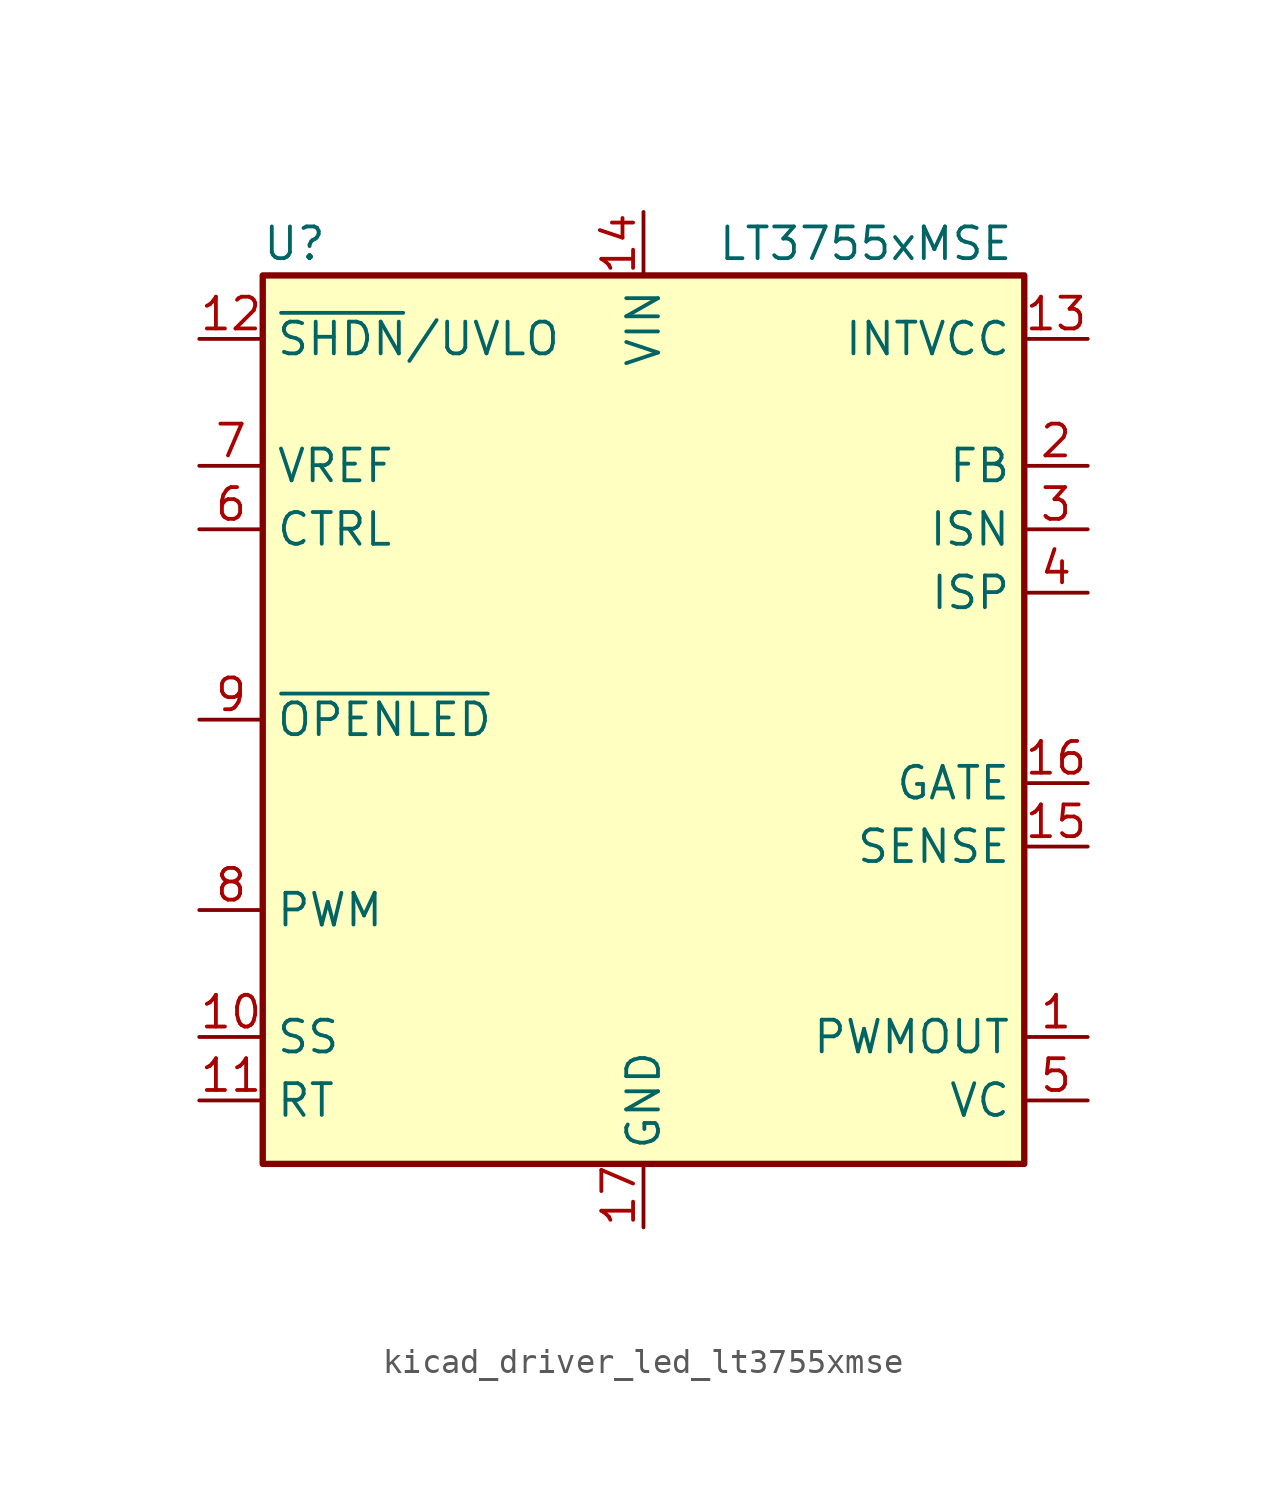
<source format=kicad_sym>
(kicad_symbol_lib
  (version 20220914)
  (generator kicad_symbol_editor)
  (symbol "kicad_driver_led_lt3755xmse"
    (property "Reference" "U"
      (at -13.97 19.05 0)
      (effects (font (size 1.27 1.27))))
    (property "Value" "LT3755xMSE"
      (at 8.89 19.05 0)
      (effects (font (size 1.27 1.27))))
    (symbol "kicad_driver_led_lt3755xmse_0_1"
      (rectangle (start -15.24 -17.78) (end 15.24 17.78) (stroke (width 0.254) (type default)) (fill (type background))))
    (symbol "kicad_driver_led_lt3755xmse_1_1"
      (pin output line (at 17.78 -12.7 180) (length 2.54) (name "PWMOUT" (effects (font (size 1.27 1.27)))) (number "1" (effects (font (size 1.27 1.27)))))
      (pin input line (at -17.78 -12.7 0) (length 2.54) (name "SS" (effects (font (size 1.27 1.27)))) (number "10" (effects (font (size 1.27 1.27)))))
      (pin input line (at -17.78 -15.24 0) (length 2.54) (name "RT" (effects (font (size 1.27 1.27)))) (number "11" (effects (font (size 1.27 1.27)))))
      (pin input line (at -17.78 15.24 0) (length 2.54) (name "~{SHDN}/UVLO" (effects (font (size 1.27 1.27)))) (number "12" (effects (font (size 1.27 1.27)))))
      (pin power_out line (at 17.78 15.24 180) (length 2.54) (name "INTVCC" (effects (font (size 1.27 1.27)))) (number "13" (effects (font (size 1.27 1.27)))))
      (pin power_in line (at 0 20.32 270) (length 2.54) (name "VIN" (effects (font (size 1.27 1.27)))) (number "14" (effects (font (size 1.27 1.27)))))
      (pin input line (at 17.78 -5.08 180) (length 2.54) (name "SENSE" (effects (font (size 1.27 1.27)))) (number "15" (effects (font (size 1.27 1.27)))))
      (pin output line (at 17.78 -2.54 180) (length 2.54) (name "GATE" (effects (font (size 1.27 1.27)))) (number "16" (effects (font (size 1.27 1.27)))))
      (pin power_in line (at 0 -20.32 90) (length 2.54) (name "GND" (effects (font (size 1.27 1.27)))) (number "17" (effects (font (size 1.27 1.27)))))
      (pin input line (at 17.78 10.16 180) (length 2.54) (name "FB" (effects (font (size 1.27 1.27)))) (number "2" (effects (font (size 1.27 1.27)))))
      (pin input line (at 17.78 7.62 180) (length 2.54) (name "ISN" (effects (font (size 1.27 1.27)))) (number "3" (effects (font (size 1.27 1.27)))))
      (pin input line (at 17.78 5.08 180) (length 2.54) (name "ISP" (effects (font (size 1.27 1.27)))) (number "4" (effects (font (size 1.27 1.27)))))
      (pin output line (at 17.78 -15.24 180) (length 2.54) (name "VC" (effects (font (size 1.27 1.27)))) (number "5" (effects (font (size 1.27 1.27)))))
      (pin input line (at -17.78 7.62 0) (length 2.54) (name "CTRL" (effects (font (size 1.27 1.27)))) (number "6" (effects (font (size 1.27 1.27)))))
      (pin output line (at -17.78 10.16 0) (length 2.54) (name "VREF" (effects (font (size 1.27 1.27)))) (number "7" (effects (font (size 1.27 1.27)))))
      (pin input line (at -17.78 -7.62 0) (length 2.54) (name "PWM" (effects (font (size 1.27 1.27)))) (number "8" (effects (font (size 1.27 1.27)))))
      (pin open_collector line (at -17.78 0 0) (length 2.54) (name "~{OPENLED}" (effects (font (size 1.27 1.27)))) (number "9" (effects (font (size 1.27 1.27))))))))
</source>
